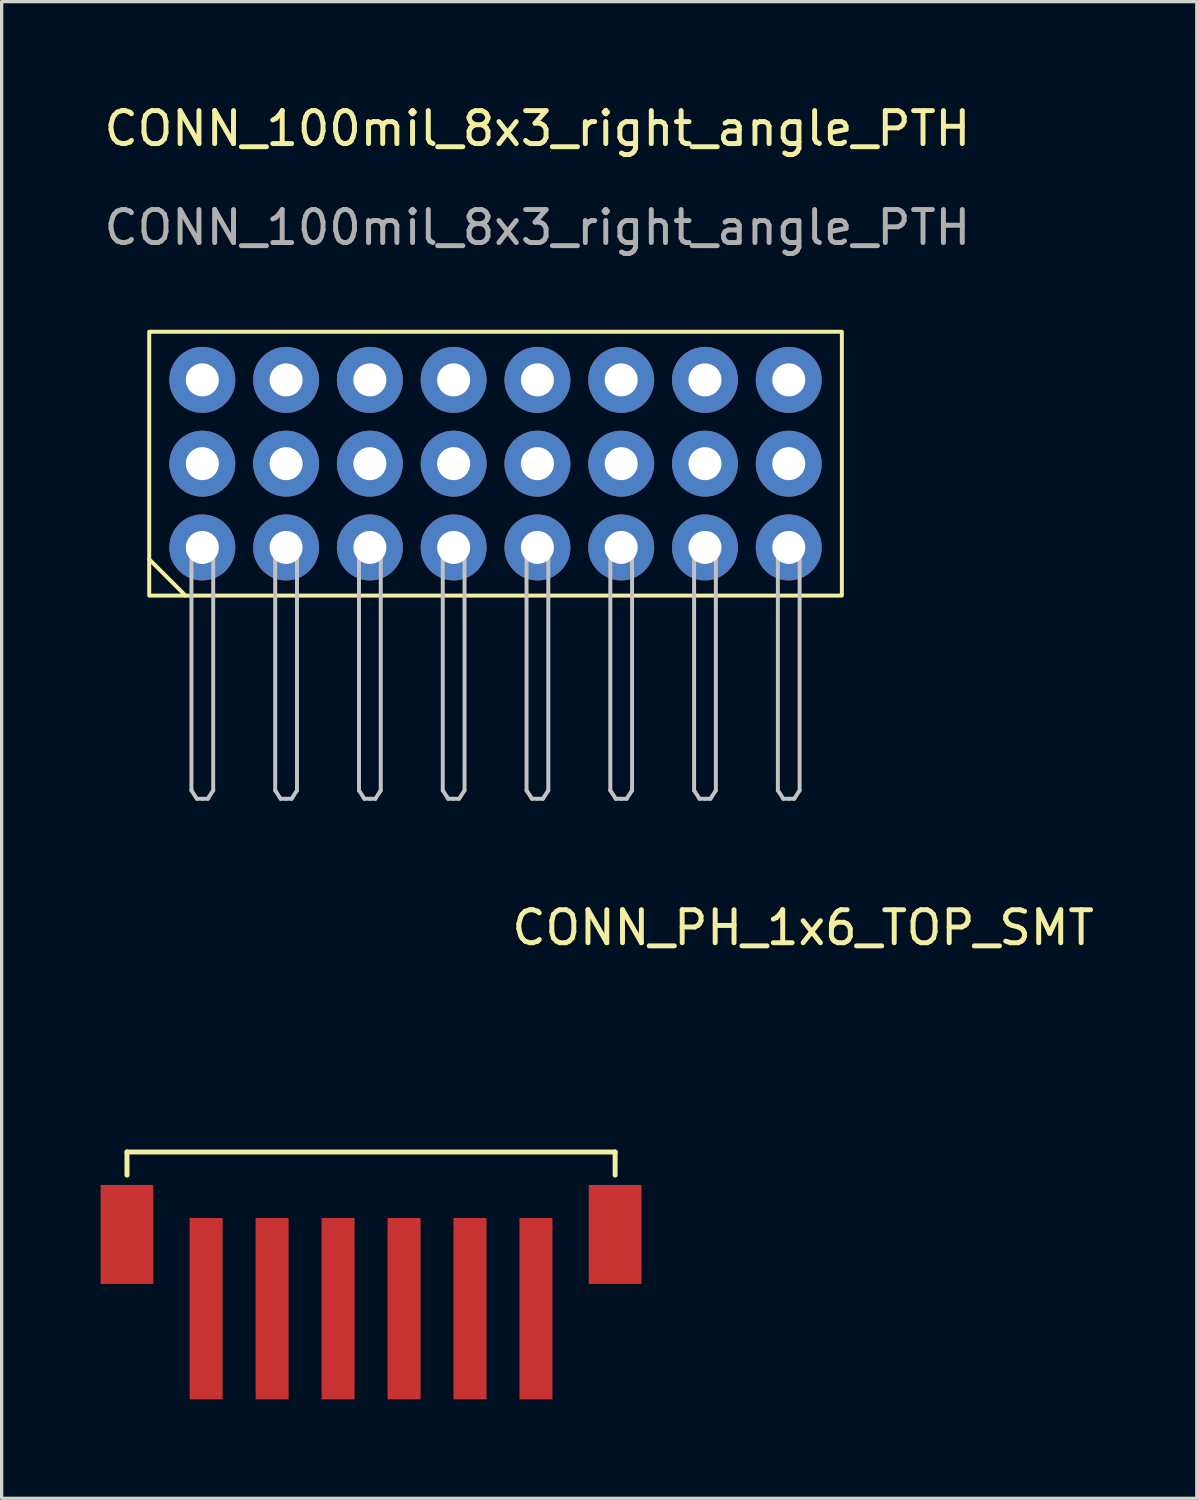
<source format=kicad_pcb>
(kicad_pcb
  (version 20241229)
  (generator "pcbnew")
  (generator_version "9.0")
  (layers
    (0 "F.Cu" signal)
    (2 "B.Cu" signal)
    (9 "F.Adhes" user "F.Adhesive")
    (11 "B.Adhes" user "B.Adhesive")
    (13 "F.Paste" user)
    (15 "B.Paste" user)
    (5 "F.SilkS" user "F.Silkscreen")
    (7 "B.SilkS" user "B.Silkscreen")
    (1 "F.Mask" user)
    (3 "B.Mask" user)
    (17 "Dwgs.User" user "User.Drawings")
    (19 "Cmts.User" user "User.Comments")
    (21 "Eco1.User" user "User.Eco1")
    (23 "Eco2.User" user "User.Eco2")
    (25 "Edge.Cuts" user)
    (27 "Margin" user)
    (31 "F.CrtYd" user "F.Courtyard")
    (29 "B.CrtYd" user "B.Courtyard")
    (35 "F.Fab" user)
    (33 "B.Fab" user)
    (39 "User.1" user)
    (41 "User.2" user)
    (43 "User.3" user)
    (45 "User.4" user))
  (footprint "CONN_PH_1x6_TOP_SMT"
    (layer "F.Cu")
    (at 8.2 34.377)
    (property "Reference" "CONN_PH_1x6_TOP_SMT" (at 13.1 -9.3 0) (layer "F.SilkS") (effects (font (size 1 1) (thickness 0.15))))
    (attr through_hole)
    (fp_line (start -7.4 -2.5) (end -7.4 -1.8) (stroke (width 0.15) (type solid)) (layer "F.SilkS"))
    (fp_line (start -7.4 -2.5) (end 7.4 -2.5) (stroke (width 0.15) (type solid)) (layer "F.SilkS"))
    (fp_line (start 7.4 -2.5) (end 7.4 -1.8) (stroke (width 0.15) (type solid)) (layer "F.SilkS"))
    (pad "1" smd rect (at -5 2.25) (size 1 5.5) (layers "F.Cu" "F.Mask" "F.Paste"))
    (pad "2" smd rect (at -3 2.25) (size 1 5.5) (layers "F.Cu" "F.Mask" "F.Paste"))
    (pad "3" smd rect (at -1 2.25) (size 1 5.5) (layers "F.Cu" "F.Mask" "F.Paste"))
    (pad "4" smd rect (at 1 2.25) (size 1 5.5) (layers "F.Cu" "F.Mask" "F.Paste"))
    (pad "5" smd rect (at 3 2.25) (size 1 5.5) (layers "F.Cu" "F.Mask" "F.Paste"))
    (pad "6" smd rect (at 5 2.25) (size 1 5.5) (layers "F.Cu" "F.Mask" "F.Paste"))
    (pad "MECH" smd rect (at -7.4 0) (size 1.6 3) (layers "F.Cu" "F.Mask" "F.Paste"))
    (pad "MECH" smd rect (at 7.4 0) (size 1.6 3) (layers "F.Cu" "F.Mask" "F.Paste")))
  (footprint "CONN_100mil_8x3_right_angle_PTH"
    (layer "F.Cu")
    (at 11.974 11.008)
    (property "Reference" "CONN_100mil_8x3_right_angle_PTH" (at 1.27 -10.16 0) (unlocked yes) (layer "F.SilkS") (effects (font (size 1 1) (thickness 0.15))))
    (fp_line (start -10.5 2.9) (end -9.4 4) (stroke (width 0.12) (type solid)) (layer "F.SilkS"))
    (fp_rect (start -10.5 -4) (end 10.5 4) (stroke (width 0.12) (type solid)) (fill no) (layer "F.SilkS"))
    (fp_line (start -9.22 9.906) (end -9.22 2.54) (stroke (width 0.12) (type solid)) (layer "Dwgs.User"))
    (fp_line (start -9.055 10.16) (end -9.22 9.906) (stroke (width 0.12) (type solid)) (layer "Dwgs.User"))
    (fp_line (start -8.89 10.16) (end -9.055 10.16) (stroke (width 0.12) (type solid)) (layer "Dwgs.User"))
    (fp_line (start -8.725 10.16) (end -8.89 10.16) (stroke (width 0.12) (type solid)) (layer "Dwgs.User"))
    (fp_line (start -8.56 2.54) (end -8.56 9.906) (stroke (width 0.12) (type solid)) (layer "Dwgs.User"))
    (fp_line (start -8.56 9.906) (end -8.725 10.16) (stroke (width 0.12) (type solid)) (layer "Dwgs.User"))
    (fp_line (start -6.68 9.906) (end -6.68 2.54) (stroke (width 0.12) (type solid)) (layer "Dwgs.User"))
    (fp_line (start -6.515 10.16) (end -6.68 9.906) (stroke (width 0.12) (type solid)) (layer "Dwgs.User"))
    (fp_line (start -6.35 10.16) (end -6.515 10.16) (stroke (width 0.12) (type solid)) (layer "Dwgs.User"))
    (fp_line (start -6.185 10.16) (end -6.35 10.16) (stroke (width 0.12) (type solid)) (layer "Dwgs.User"))
    (fp_line (start -6.02 2.54) (end -6.02 9.906) (stroke (width 0.12) (type solid)) (layer "Dwgs.User"))
    (fp_line (start -6.02 9.906) (end -6.185 10.16) (stroke (width 0.12) (type solid)) (layer "Dwgs.User"))
    (fp_line (start -4.14 9.906) (end -4.14 2.54) (stroke (width 0.12) (type solid)) (layer "Dwgs.User"))
    (fp_line (start -3.975 10.16) (end -4.14 9.906) (stroke (width 0.12) (type solid)) (layer "Dwgs.User"))
    (fp_line (start -3.81 10.16) (end -3.975 10.16) (stroke (width 0.12) (type solid)) (layer "Dwgs.User"))
    (fp_line (start -3.645 10.16) (end -3.81 10.16) (stroke (width 0.12) (type solid)) (layer "Dwgs.User"))
    (fp_line (start -3.48 2.54) (end -3.48 9.906) (stroke (width 0.12) (type solid)) (layer "Dwgs.User"))
    (fp_line (start -3.48 9.906) (end -3.645 10.16) (stroke (width 0.12) (type solid)) (layer "Dwgs.User"))
    (fp_line (start -1.6 9.906) (end -1.6 2.54) (stroke (width 0.12) (type solid)) (layer "Dwgs.User"))
    (fp_line (start -1.435 10.16) (end -1.6 9.906) (stroke (width 0.12) (type solid)) (layer "Dwgs.User"))
    (fp_line (start -1.27 10.16) (end -1.435 10.16) (stroke (width 0.12) (type solid)) (layer "Dwgs.User"))
    (fp_line (start -1.105 10.16) (end -1.27 10.16) (stroke (width 0.12) (type solid)) (layer "Dwgs.User"))
    (fp_line (start -0.94 2.54) (end -0.94 9.906) (stroke (width 0.12) (type solid)) (layer "Dwgs.User"))
    (fp_line (start -0.94 9.906) (end -1.105 10.16) (stroke (width 0.12) (type solid)) (layer "Dwgs.User"))
    (fp_line (start 0.94 9.906) (end 0.94 2.54) (stroke (width 0.12) (type solid)) (layer "Dwgs.User"))
    (fp_line (start 1.105 10.16) (end 0.94 9.906) (stroke (width 0.12) (type solid)) (layer "Dwgs.User"))
    (fp_line (start 1.27 10.16) (end 1.105 10.16) (stroke (width 0.12) (type solid)) (layer "Dwgs.User"))
    (fp_line (start 1.435 10.16) (end 1.27 10.16) (stroke (width 0.12) (type solid)) (layer "Dwgs.User"))
    (fp_line (start 1.6 2.54) (end 1.6 9.906) (stroke (width 0.12) (type solid)) (layer "Dwgs.User"))
    (fp_line (start 1.6 9.906) (end 1.435 10.16) (stroke (width 0.12) (type solid)) (layer "Dwgs.User"))
    (fp_line (start 3.48 9.906) (end 3.48 2.54) (stroke (width 0.12) (type solid)) (layer "Dwgs.User"))
    (fp_line (start 3.645 10.16) (end 3.48 9.906) (stroke (width 0.12) (type solid)) (layer "Dwgs.User"))
    (fp_line (start 3.81 10.16) (end 3.645 10.16) (stroke (width 0.12) (type solid)) (layer "Dwgs.User"))
    (fp_line (start 3.975 10.16) (end 3.81 10.16) (stroke (width 0.12) (type solid)) (layer "Dwgs.User"))
    (fp_line (start 4.14 2.54) (end 4.14 9.906) (stroke (width 0.12) (type solid)) (layer "Dwgs.User"))
    (fp_line (start 4.14 9.906) (end 3.975 10.16) (stroke (width 0.12) (type solid)) (layer "Dwgs.User"))
    (fp_line (start 6.02 9.906) (end 6.02 2.54) (stroke (width 0.12) (type solid)) (layer "Dwgs.User"))
    (fp_line (start 6.185 10.16) (end 6.02 9.906) (stroke (width 0.12) (type solid)) (layer "Dwgs.User"))
    (fp_line (start 6.35 10.16) (end 6.185 10.16) (stroke (width 0.12) (type solid)) (layer "Dwgs.User"))
    (fp_line (start 6.515 10.16) (end 6.35 10.16) (stroke (width 0.12) (type solid)) (layer "Dwgs.User"))
    (fp_line (start 6.68 2.54) (end 6.68 9.906) (stroke (width 0.12) (type solid)) (layer "Dwgs.User"))
    (fp_line (start 6.68 9.906) (end 6.515 10.16) (stroke (width 0.12) (type solid)) (layer "Dwgs.User"))
    (fp_line (start 8.56 9.906) (end 8.56 2.54) (stroke (width 0.12) (type solid)) (layer "Dwgs.User"))
    (fp_line (start 8.725 10.16) (end 8.56 9.906) (stroke (width 0.12) (type solid)) (layer "Dwgs.User"))
    (fp_line (start 8.89 10.16) (end 8.725 10.16) (stroke (width 0.12) (type solid)) (layer "Dwgs.User"))
    (fp_line (start 9.055 10.16) (end 8.89 10.16) (stroke (width 0.12) (type solid)) (layer "Dwgs.User"))
    (fp_line (start 9.22 2.54) (end 9.22 9.906) (stroke (width 0.12) (type solid)) (layer "Dwgs.User"))
    (fp_line (start 9.22 9.906) (end 9.055 10.16) (stroke (width 0.12) (type solid)) (layer "Dwgs.User"))
    (fp_text user "${REFERENCE}" (at 1.27 -7.16 0) (unlocked yes) (layer "F.Fab") (effects (font (size 1 1) (thickness 0.15))))
    (pad "1" thru_hole circle (at -8.89 2.54) (size 2 2) (drill 1) (layers "*.Cu" "*.Mask"))
    (pad "2" thru_hole circle (at -8.89 0) (size 2 2) (drill 1) (layers "*.Cu" "*.Mask"))
    (pad "3" thru_hole circle (at -8.89 -2.54) (size 2 2) (drill 1) (layers "*.Cu" "*.Mask"))
    (pad "4" thru_hole circle (at -6.35 2.54) (size 2 2) (drill 1) (layers "*.Cu" "*.Mask"))
    (pad "5" thru_hole circle (at -6.35 0) (size 2 2) (drill 1) (layers "*.Cu" "*.Mask"))
    (pad "6" thru_hole circle (at -6.35 -2.54) (size 2 2) (drill 1) (layers "*.Cu" "*.Mask"))
    (pad "7" thru_hole circle (at -3.81 2.54) (size 2 2) (drill 1) (layers "*.Cu" "*.Mask"))
    (pad "8" thru_hole circle (at -3.81 0) (size 2 2) (drill 1) (layers "*.Cu" "*.Mask"))
    (pad "9" thru_hole circle (at -3.81 -2.54) (size 2 2) (drill 1) (layers "*.Cu" "*.Mask"))
    (pad "10" thru_hole circle (at -1.27 2.54) (size 2 2) (drill 1) (layers "*.Cu" "*.Mask"))
    (pad "11" thru_hole circle (at -1.27 0) (size 2 2) (drill 1) (layers "*.Cu" "*.Mask"))
    (pad "12" thru_hole circle (at -1.27 -2.54) (size 2 2) (drill 1) (layers "*.Cu" "*.Mask"))
    (pad "13" thru_hole circle (at 1.27 2.54) (size 2 2) (drill 1) (layers "*.Cu" "*.Mask"))
    (pad "14" thru_hole circle (at 1.27 0) (size 2 2) (drill 1) (layers "*.Cu" "*.Mask"))
    (pad "15" thru_hole circle (at 1.27 -2.54) (size 2 2) (drill 1) (layers "*.Cu" "*.Mask"))
    (pad "16" thru_hole circle (at 3.81 2.54) (size 2 2) (drill 1) (layers "*.Cu" "*.Mask"))
    (pad "17" thru_hole circle (at 3.81 0) (size 2 2) (drill 1) (layers "*.Cu" "*.Mask"))
    (pad "18" thru_hole circle (at 3.81 -2.54) (size 2 2) (drill 1) (layers "*.Cu" "*.Mask"))
    (pad "19" thru_hole circle (at 6.35 2.54) (size 2 2) (drill 1) (layers "*.Cu" "*.Mask"))
    (pad "20" thru_hole circle (at 6.35 0) (size 2 2) (drill 1) (layers "*.Cu" "*.Mask"))
    (pad "21" thru_hole circle (at 6.35 -2.54) (size 2 2) (drill 1) (layers "*.Cu" "*.Mask"))
    (pad "22" thru_hole circle (at 8.89 2.54) (size 2 2) (drill 1) (layers "*.Cu" "*.Mask"))
    (pad "23" thru_hole circle (at 8.89 0) (size 2 2) (drill 1) (layers "*.Cu" "*.Mask"))
    (pad "24" thru_hole circle (at 8.89 -2.54) (size 2 2) (drill 1) (layers "*.Cu" "*.Mask")))
  (gr_rect
    (start -3 -3)
    (end 33.235 42.377)
    (stroke (width 0.1) (type default))
    (fill no)
    (layer "Edge.Cuts")))
</source>
